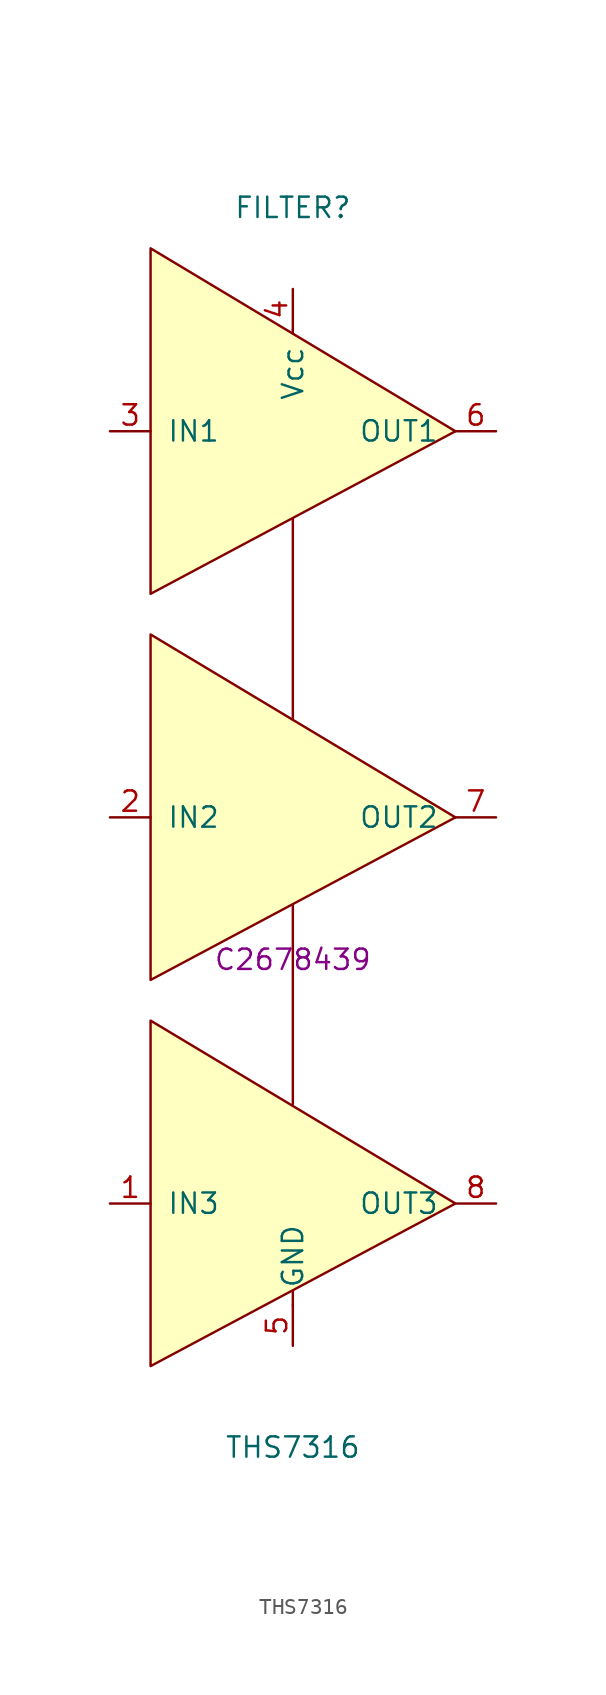
<source format=kicad_sym>
(kicad_symbol_lib
  (version 20211014)
  (generator kicad_symbol_editor)
  (symbol "THS7316"
    (pin_names
      (offset 1.016))
    (property "Reference" "FILTER"
      (at 0 46.99 0)
      (effects (font (size 1.27 1.27))))
    (property "Value" "THS7316"
      (at 0 -30.48 0)
      (effects (font (size 1.27 1.27))))
    (property "JLCPCB Part Number" "C2678439"
      (at 0 0 0)
      (effects (font (size 1.27 1.27))))
    (symbol "THS7316_0_1"
      (polyline (pts (xy 0 -21.59) (xy 0 -20.701)) (stroke (width 0) (type default) (color 0 0 0 0)) (fill (type none)))
      (polyline (pts (xy 0 3.429) (xy 0 -9.017)) (stroke (width 0) (type default) (color 0 0 0 0)) (fill (type none)))
      (polyline (pts (xy 0 27.559) (xy 0 14.986)) (stroke (width 0) (type default) (color 0 0 0 0)) (fill (type none)))
      (polyline (pts (xy 0 39.116) (xy 0 39.37)) (stroke (width 0) (type default) (color 0 0 0 0)) (fill (type none)))
      (polyline (pts (xy -8.89 -3.81) (xy 10.16 -15.24) (xy -8.89 -25.4) (xy -8.89 -3.81)) (stroke (width 0) (type default) (color 0 0 0 0)) (fill (type background)))
      (polyline (pts (xy -8.89 20.32) (xy 10.16 8.89) (xy -8.89 -1.27) (xy -8.89 20.32)) (stroke (width 0) (type default) (color 0 0 0 0)) (fill (type background)))
      (polyline (pts (xy -8.89 44.45) (xy 10.16 33.02) (xy -8.89 22.86) (xy -8.89 44.45)) (stroke (width 0) (type default) (color 0 0 0 0)) (fill (type background))))
    (symbol "THS7316_1_1"
      (pin input line (at -11.43 -15.24 0) (length 2.54) (name "IN3" (effects (font (size 1.27 1.27)))) (number "1" (effects (font (size 1.27 1.27)))))
      (pin input line (at -11.43 8.89 0) (length 2.54) (name "IN2" (effects (font (size 1.27 1.27)))) (number "2" (effects (font (size 1.27 1.27)))))
      (pin input line (at -11.43 33.02 0) (length 2.54) (name "IN1" (effects (font (size 1.27 1.27)))) (number "3" (effects (font (size 1.27 1.27)))))
      (pin power_in line (at 0 41.91 270) (length 2.54) (name "Vcc" (effects (font (size 1.27 1.27)))) (number "4" (effects (font (size 1.27 1.27)))))
      (pin power_out line (at 0 -24.13 90) (length 2.54) (name "GND" (effects (font (size 1.27 1.27)))) (number "5" (effects (font (size 1.27 1.27)))))
      (pin output line (at 12.7 33.02 180) (length 2.54) (name "OUT1" (effects (font (size 1.27 1.27)))) (number "6" (effects (font (size 1.27 1.27)))))
      (pin output line (at 12.7 8.89 180) (length 2.54) (name "OUT2" (effects (font (size 1.27 1.27)))) (number "7" (effects (font (size 1.27 1.27)))))
      (pin output line (at 12.7 -15.24 180) (length 2.54) (name "OUT3" (effects (font (size 1.27 1.27)))) (number "8" (effects (font (size 1.27 1.27))))))))
</source>
